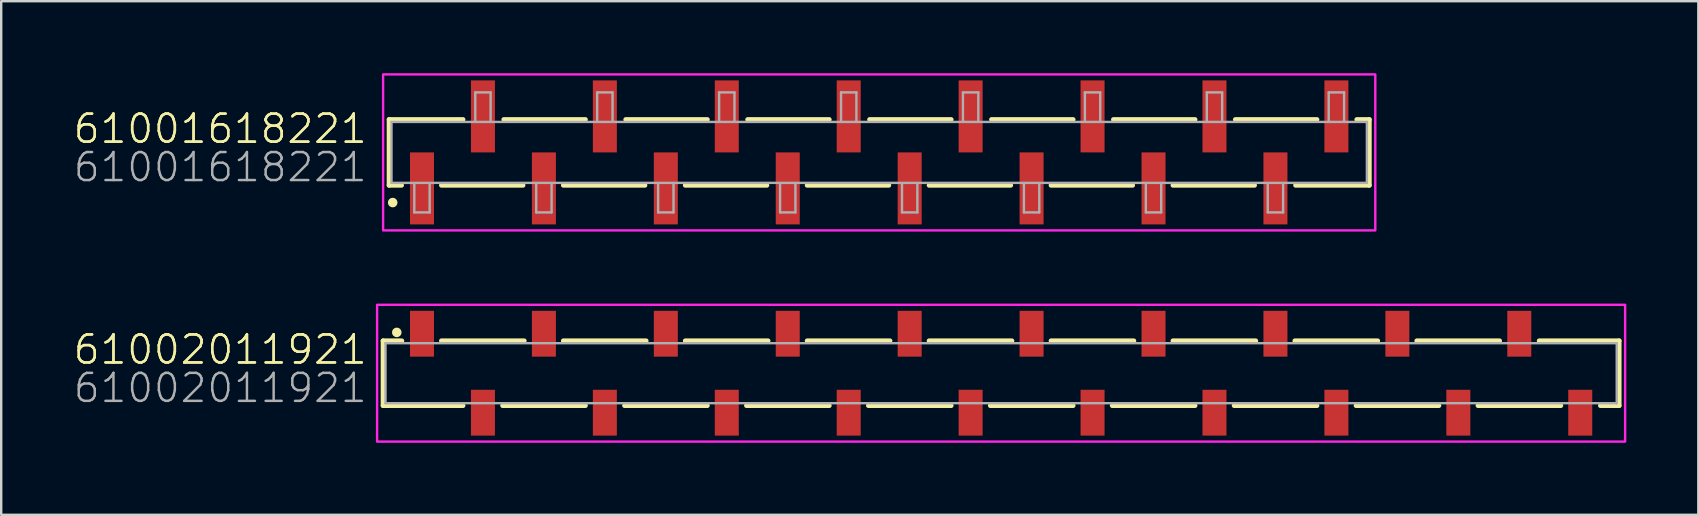
<source format=kicad_pcb>
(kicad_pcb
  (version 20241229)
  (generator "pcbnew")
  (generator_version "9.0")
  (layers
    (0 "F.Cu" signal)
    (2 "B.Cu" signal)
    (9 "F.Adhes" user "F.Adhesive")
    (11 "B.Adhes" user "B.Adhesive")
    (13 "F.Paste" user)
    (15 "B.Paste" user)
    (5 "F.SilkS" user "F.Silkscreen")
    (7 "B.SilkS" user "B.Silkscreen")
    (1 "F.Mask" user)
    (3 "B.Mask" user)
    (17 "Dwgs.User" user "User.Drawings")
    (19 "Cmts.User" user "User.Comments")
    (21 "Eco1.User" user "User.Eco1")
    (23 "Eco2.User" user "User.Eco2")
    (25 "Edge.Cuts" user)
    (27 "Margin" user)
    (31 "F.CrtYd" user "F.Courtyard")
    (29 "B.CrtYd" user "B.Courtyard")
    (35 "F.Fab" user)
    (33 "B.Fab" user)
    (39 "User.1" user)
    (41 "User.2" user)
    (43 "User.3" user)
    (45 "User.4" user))
  (footprint "61002011921"
    (layer "F.Cu")
    (at 38.662 12.5)
    (property "Reference" "61002011921" (at -26.35 -0.3 0) (unlocked yes) (layer "F.SilkS") (effects (font (size 1.168 1.168) (thickness 0.102)) (justify right bottom)))
    (property "Value" "61002011921" (at -26.35 1.3 0) (unlocked yes) (layer "F.Fab") (hide yes) (effects (font (size 1.168 1.168) (thickness 0.102)) (justify right bottom)))
    (fp_line (start -25.75 -1.35) (end -24.97 -1.35) (stroke (width 0.2) (type solid)) (layer "F.SilkS"))
    (fp_line (start -25.75 1.35) (end -25.75 -1.35) (stroke (width 0.2) (type solid)) (layer "F.SilkS"))
    (fp_line (start -23.32 -1.35) (end -19.87 -1.35) (stroke (width 0.2) (type solid)) (layer "F.SilkS"))
    (fp_line (start -22.42 1.35) (end -25.75 1.35) (stroke (width 0.2) (type solid)) (layer "F.SilkS"))
    (fp_line (start -18.24 -1.35) (end -14.79 -1.35) (stroke (width 0.2) (type solid)) (layer "F.SilkS"))
    (fp_line (start -17.32 1.35) (end -20.77 1.35) (stroke (width 0.2) (type solid)) (layer "F.SilkS"))
    (fp_line (start -13.16 -1.35) (end -9.71 -1.35) (stroke (width 0.2) (type solid)) (layer "F.SilkS"))
    (fp_line (start -12.24 1.35) (end -15.69 1.35) (stroke (width 0.2) (type solid)) (layer "F.SilkS"))
    (fp_line (start -8.08 -1.35) (end -4.63 -1.35) (stroke (width 0.2) (type solid)) (layer "F.SilkS"))
    (fp_line (start -7.16 1.35) (end -10.61 1.35) (stroke (width 0.2) (type solid)) (layer "F.SilkS"))
    (fp_line (start -3 -1.35) (end 0.45 -1.35) (stroke (width 0.2) (type solid)) (layer "F.SilkS"))
    (fp_line (start -2.08 1.35) (end -5.53 1.35) (stroke (width 0.2) (type solid)) (layer "F.SilkS"))
    (fp_line (start 2.08 -1.35) (end 5.53 -1.35) (stroke (width 0.2) (type solid)) (layer "F.SilkS"))
    (fp_line (start 3 1.35) (end -0.45 1.35) (stroke (width 0.2) (type solid)) (layer "F.SilkS"))
    (fp_line (start 7.16 -1.35) (end 10.61 -1.35) (stroke (width 0.2) (type solid)) (layer "F.SilkS"))
    (fp_line (start 8.08 1.35) (end 4.63 1.35) (stroke (width 0.2) (type solid)) (layer "F.SilkS"))
    (fp_line (start 12.24 -1.35) (end 15.69 -1.35) (stroke (width 0.2) (type solid)) (layer "F.SilkS"))
    (fp_line (start 13.16 1.35) (end 9.71 1.35) (stroke (width 0.2) (type solid)) (layer "F.SilkS"))
    (fp_line (start 17.32 -1.35) (end 20.77 -1.35) (stroke (width 0.2) (type solid)) (layer "F.SilkS"))
    (fp_line (start 18.24 1.35) (end 14.79 1.35) (stroke (width 0.2) (type solid)) (layer "F.SilkS"))
    (fp_line (start 23.32 1.35) (end 19.87 1.35) (stroke (width 0.2) (type solid)) (layer "F.SilkS"))
    (fp_line (start 24.97 1.35) (end 25.75 1.35) (stroke (width 0.2) (type solid)) (layer "F.SilkS"))
    (fp_line (start 25.75 -1.35) (end 22.42 -1.35) (stroke (width 0.2) (type solid)) (layer "F.SilkS"))
    (fp_line (start 25.75 1.35) (end 25.75 -1.35) (stroke (width 0.2) (type solid)) (layer "F.SilkS"))
    (fp_circle (center -25.18 -1.7) (end -25.08 -1.7) (stroke (width 0.2) (type solid)) (fill no) (layer "F.SilkS"))
    (fp_poly (pts (xy 26 2.85) (xy -26 2.85) (xy -26 -2.85) (xy 26 -2.85)) (stroke (width 0.1) (type default)) (fill no) (layer "F.CrtYd"))
    (fp_line (start -25.65 -1.25) (end 25.65 -1.25) (stroke (width 0.1) (type solid)) (layer "F.Fab"))
    (fp_line (start -25.65 1.25) (end -25.65 -1.25) (stroke (width 0.1) (type solid)) (layer "F.Fab"))
    (fp_line (start 25.65 1.25) (end -25.65 1.25) (stroke (width 0.1) (type solid)) (layer "F.Fab"))
    (fp_line (start 25.65 1.25) (end 25.65 -1.25) (stroke (width 0.1) (type solid)) (layer "F.Fab"))
    (fp_text user "${REFERENCE}" (at -26.35 -0.3 0) (unlocked yes) (layer "F.SilkS") (effects (font (size 1.168 1.168) (thickness 0.102)) (justify right bottom)))
    (fp_text user "${VALUE}" (at -26.35 1.3 0) (unlocked yes) (layer "F.Fab") (effects (font (size 1.168 1.168) (thickness 0.102)) (justify right bottom)))
    (pad "1" smd rect (at -24.13 -1.645 180) (size 1 1.91) (layers "F.Cu" "F.Mask" "F.Paste"))
    (pad "2" smd rect (at -21.59 1.645 180) (size 1 1.91) (layers "F.Cu" "F.Mask" "F.Paste"))
    (pad "3" smd rect (at -19.05 -1.645 180) (size 1 1.91) (layers "F.Cu" "F.Mask" "F.Paste"))
    (pad "4" smd rect (at -16.51 1.645 180) (size 1 1.91) (layers "F.Cu" "F.Mask" "F.Paste"))
    (pad "5" smd rect (at -13.97 -1.645 180) (size 1 1.91) (layers "F.Cu" "F.Mask" "F.Paste"))
    (pad "6" smd rect (at -11.43 1.645 180) (size 1 1.91) (layers "F.Cu" "F.Mask" "F.Paste"))
    (pad "7" smd rect (at -8.89 -1.645 180) (size 1 1.91) (layers "F.Cu" "F.Mask" "F.Paste"))
    (pad "8" smd rect (at -6.35 1.645 180) (size 1 1.91) (layers "F.Cu" "F.Mask" "F.Paste"))
    (pad "9" smd rect (at -3.81 -1.645 180) (size 1 1.91) (layers "F.Cu" "F.Mask" "F.Paste"))
    (pad "10" smd rect (at -1.27 1.645 180) (size 1 1.91) (layers "F.Cu" "F.Mask" "F.Paste"))
    (pad "11" smd rect (at 1.27 -1.645 180) (size 1 1.91) (layers "F.Cu" "F.Mask" "F.Paste"))
    (pad "12" smd rect (at 3.81 1.645 180) (size 1 1.91) (layers "F.Cu" "F.Mask" "F.Paste"))
    (pad "13" smd rect (at 6.35 -1.645 180) (size 1 1.91) (layers "F.Cu" "F.Mask" "F.Paste"))
    (pad "14" smd rect (at 8.89 1.645 180) (size 1 1.91) (layers "F.Cu" "F.Mask" "F.Paste"))
    (pad "15" smd rect (at 11.43 -1.645 180) (size 1 1.91) (layers "F.Cu" "F.Mask" "F.Paste"))
    (pad "16" smd rect (at 13.97 1.645 180) (size 1 1.91) (layers "F.Cu" "F.Mask" "F.Paste"))
    (pad "17" smd rect (at 16.51 -1.645 180) (size 1 1.91) (layers "F.Cu" "F.Mask" "F.Paste"))
    (pad "18" smd rect (at 19.05 1.645 180) (size 1 1.91) (layers "F.Cu" "F.Mask" "F.Paste"))
    (pad "19" smd rect (at 21.59 -1.645 180) (size 1 1.91) (layers "F.Cu" "F.Mask" "F.Paste"))
    (pad "20" smd rect (at 24.13 1.645 180) (size 1 1.91) (layers "F.Cu" "F.Mask" "F.Paste")))
  (footprint "61001618221"
    (layer "F.Cu")
    (at 33.582 3.3)
    (property "Reference" "61001618221" (at -21.27 -0.3 0) (unlocked yes) (layer "F.SilkS") (effects (font (size 1.168 1.168) (thickness 0.102)) (justify right bottom)))
    (property "Value" "61001618221" (at -21.27 1.3 0) (unlocked yes) (layer "F.Fab") (hide yes) (effects (font (size 1.168 1.168) (thickness 0.102)) (justify right bottom)))
    (fp_line (start -20.42 -1.37) (end -20.42 1.37) (stroke (width 0.2) (type solid)) (layer "F.SilkS"))
    (fp_line (start -20.42 1.37) (end -19.9 1.37) (stroke (width 0.2) (type solid)) (layer "F.SilkS"))
    (fp_line (start -18.24 1.37) (end -14.84 1.37) (stroke (width 0.2) (type solid)) (layer "F.SilkS"))
    (fp_line (start -17.34 -1.37) (end -20.42 -1.37) (stroke (width 0.2) (type solid)) (layer "F.SilkS"))
    (fp_line (start -15.64 -1.37) (end -12.24 -1.37) (stroke (width 0.2) (type solid)) (layer "F.SilkS"))
    (fp_line (start -13.16 1.37) (end -9.76 1.37) (stroke (width 0.2) (type solid)) (layer "F.SilkS"))
    (fp_line (start -10.56 -1.37) (end -7.16 -1.37) (stroke (width 0.2) (type solid)) (layer "F.SilkS"))
    (fp_line (start -8.08 1.37) (end -4.68 1.37) (stroke (width 0.2) (type solid)) (layer "F.SilkS"))
    (fp_line (start -5.48 -1.37) (end -2.08 -1.37) (stroke (width 0.2) (type solid)) (layer "F.SilkS"))
    (fp_line (start -3 1.37) (end 0.4 1.37) (stroke (width 0.2) (type solid)) (layer "F.SilkS"))
    (fp_line (start -0.4 -1.37) (end 3 -1.37) (stroke (width 0.2) (type solid)) (layer "F.SilkS"))
    (fp_line (start 2.08 1.37) (end 5.48 1.37) (stroke (width 0.2) (type solid)) (layer "F.SilkS"))
    (fp_line (start 4.68 -1.37) (end 8.08 -1.37) (stroke (width 0.2) (type solid)) (layer "F.SilkS"))
    (fp_line (start 7.16 1.37) (end 10.56 1.37) (stroke (width 0.2) (type solid)) (layer "F.SilkS"))
    (fp_line (start 9.76 -1.37) (end 13.16 -1.37) (stroke (width 0.2) (type solid)) (layer "F.SilkS"))
    (fp_line (start 12.24 1.37) (end 15.64 1.37) (stroke (width 0.2) (type solid)) (layer "F.SilkS"))
    (fp_line (start 14.84 -1.37) (end 18.24 -1.37) (stroke (width 0.2) (type solid)) (layer "F.SilkS"))
    (fp_line (start 17.35 1.37) (end 20.42 1.37) (stroke (width 0.2) (type solid)) (layer "F.SilkS"))
    (fp_line (start 20.42 -1.37) (end 19.9 -1.37) (stroke (width 0.2) (type solid)) (layer "F.SilkS"))
    (fp_line (start 20.42 1.37) (end 20.42 -1.37) (stroke (width 0.2) (type solid)) (layer "F.SilkS"))
    (fp_circle (center -20.27 2.09) (end -20.17 2.09) (stroke (width 0.2) (type solid)) (fill no) (layer "F.SilkS"))
    (fp_poly (pts (xy 20.67 3.25) (xy -20.67 3.25) (xy -20.67 -3.25) (xy 20.67 -3.25)) (stroke (width 0.1) (type default)) (fill no) (layer "F.CrtYd"))
    (fp_line (start -20.32 -1.27) (end -20.32 1.27) (stroke (width 0.1) (type solid)) (layer "F.Fab"))
    (fp_line (start -20.32 1.27) (end 20.32 1.27) (stroke (width 0.1) (type solid)) (layer "F.Fab"))
    (fp_line (start -19.37 2.5) (end -19.37 1.3) (stroke (width 0.1) (type solid)) (layer "F.Fab"))
    (fp_line (start -18.73 1.3) (end -18.73 2.5) (stroke (width 0.1) (type solid)) (layer "F.Fab"))
    (fp_line (start -18.73 2.5) (end -19.37 2.5) (stroke (width 0.1) (type solid)) (layer "F.Fab"))
    (fp_line (start -16.83 -2.5) (end -16.19 -2.5) (stroke (width 0.1) (type solid)) (layer "F.Fab"))
    (fp_line (start -16.83 -1.3) (end -16.83 -2.5) (stroke (width 0.1) (type solid)) (layer "F.Fab"))
    (fp_line (start -16.19 -2.5) (end -16.19 -1.3) (stroke (width 0.1) (type solid)) (layer "F.Fab"))
    (fp_line (start -14.29 2.5) (end -14.29 1.3) (stroke (width 0.1) (type solid)) (layer "F.Fab"))
    (fp_line (start -13.65 1.3) (end -13.65 2.5) (stroke (width 0.1) (type solid)) (layer "F.Fab"))
    (fp_line (start -13.65 2.5) (end -14.29 2.5) (stroke (width 0.1) (type solid)) (layer "F.Fab"))
    (fp_line (start -11.75 -2.5) (end -11.11 -2.5) (stroke (width 0.1) (type solid)) (layer "F.Fab"))
    (fp_line (start -11.75 -1.3) (end -11.75 -2.5) (stroke (width 0.1) (type solid)) (layer "F.Fab"))
    (fp_line (start -11.11 -2.5) (end -11.11 -1.3) (stroke (width 0.1) (type solid)) (layer "F.Fab"))
    (fp_line (start -9.21 2.5) (end -9.21 1.3) (stroke (width 0.1) (type solid)) (layer "F.Fab"))
    (fp_line (start -8.57 1.3) (end -8.57 2.5) (stroke (width 0.1) (type solid)) (layer "F.Fab"))
    (fp_line (start -8.57 2.5) (end -9.21 2.5) (stroke (width 0.1) (type solid)) (layer "F.Fab"))
    (fp_line (start -6.67 -2.5) (end -6.03 -2.5) (stroke (width 0.1) (type solid)) (layer "F.Fab"))
    (fp_line (start -6.67 -1.3) (end -6.67 -2.5) (stroke (width 0.1) (type solid)) (layer "F.Fab"))
    (fp_line (start -6.03 -2.5) (end -6.03 -1.3) (stroke (width 0.1) (type solid)) (layer "F.Fab"))
    (fp_line (start -4.13 2.5) (end -4.13 1.3) (stroke (width 0.1) (type solid)) (layer "F.Fab"))
    (fp_line (start -3.49 1.3) (end -3.49 2.5) (stroke (width 0.1) (type solid)) (layer "F.Fab"))
    (fp_line (start -3.49 2.5) (end -4.13 2.5) (stroke (width 0.1) (type solid)) (layer "F.Fab"))
    (fp_line (start -1.59 -2.5) (end -0.95 -2.5) (stroke (width 0.1) (type solid)) (layer "F.Fab"))
    (fp_line (start -1.59 -1.3) (end -1.59 -2.5) (stroke (width 0.1) (type solid)) (layer "F.Fab"))
    (fp_line (start -0.95 -2.5) (end -0.95 -1.3) (stroke (width 0.1) (type solid)) (layer "F.Fab"))
    (fp_line (start 0.95 2.5) (end 0.95 1.3) (stroke (width 0.1) (type solid)) (layer "F.Fab"))
    (fp_line (start 1.59 1.3) (end 1.59 2.5) (stroke (width 0.1) (type solid)) (layer "F.Fab"))
    (fp_line (start 1.59 2.5) (end 0.95 2.5) (stroke (width 0.1) (type solid)) (layer "F.Fab"))
    (fp_line (start 3.49 -2.5) (end 4.13 -2.5) (stroke (width 0.1) (type solid)) (layer "F.Fab"))
    (fp_line (start 3.49 -1.3) (end 3.49 -2.5) (stroke (width 0.1) (type solid)) (layer "F.Fab"))
    (fp_line (start 4.13 -2.5) (end 4.13 -1.3) (stroke (width 0.1) (type solid)) (layer "F.Fab"))
    (fp_line (start 6.03 2.5) (end 6.03 1.3) (stroke (width 0.1) (type solid)) (layer "F.Fab"))
    (fp_line (start 6.67 1.3) (end 6.67 2.5) (stroke (width 0.1) (type solid)) (layer "F.Fab"))
    (fp_line (start 6.67 2.5) (end 6.03 2.5) (stroke (width 0.1) (type solid)) (layer "F.Fab"))
    (fp_line (start 8.57 -2.5) (end 9.21 -2.5) (stroke (width 0.1) (type solid)) (layer "F.Fab"))
    (fp_line (start 8.57 -1.3) (end 8.57 -2.5) (stroke (width 0.1) (type solid)) (layer "F.Fab"))
    (fp_line (start 9.21 -2.5) (end 9.21 -1.3) (stroke (width 0.1) (type solid)) (layer "F.Fab"))
    (fp_line (start 11.11 2.5) (end 11.11 1.3) (stroke (width 0.1) (type solid)) (layer "F.Fab"))
    (fp_line (start 11.75 1.3) (end 11.75 2.5) (stroke (width 0.1) (type solid)) (layer "F.Fab"))
    (fp_line (start 11.75 2.5) (end 11.11 2.5) (stroke (width 0.1) (type solid)) (layer "F.Fab"))
    (fp_line (start 13.65 -2.5) (end 14.29 -2.5) (stroke (width 0.1) (type solid)) (layer "F.Fab"))
    (fp_line (start 13.65 -1.3) (end 13.65 -2.5) (stroke (width 0.1) (type solid)) (layer "F.Fab"))
    (fp_line (start 14.29 -2.5) (end 14.29 -1.3) (stroke (width 0.1) (type solid)) (layer "F.Fab"))
    (fp_line (start 16.19 2.5) (end 16.19 1.3) (stroke (width 0.1) (type solid)) (layer "F.Fab"))
    (fp_line (start 16.83 1.3) (end 16.83 2.5) (stroke (width 0.1) (type solid)) (layer "F.Fab"))
    (fp_line (start 16.83 2.5) (end 16.19 2.5) (stroke (width 0.1) (type solid)) (layer "F.Fab"))
    (fp_line (start 18.73 -2.5) (end 19.37 -2.5) (stroke (width 0.1) (type solid)) (layer "F.Fab"))
    (fp_line (start 18.73 -1.3) (end 18.73 -2.5) (stroke (width 0.1) (type solid)) (layer "F.Fab"))
    (fp_line (start 19.37 -2.5) (end 19.37 -1.3) (stroke (width 0.1) (type solid)) (layer "F.Fab"))
    (fp_line (start 20.32 -1.27) (end -20.32 -1.27) (stroke (width 0.1) (type solid)) (layer "F.Fab"))
    (fp_line (start 20.32 1.27) (end 20.32 -1.27) (stroke (width 0.1) (type solid)) (layer "F.Fab"))
    (fp_text user "${REFERENCE}" (at -21.27 -0.3 0) (unlocked yes) (layer "F.SilkS") (effects (font (size 1.168 1.168) (thickness 0.102)) (justify right bottom)))
    (fp_text user "${VALUE}" (at -21.27 1.3 0) (unlocked yes) (layer "F.Fab") (effects (font (size 1.168 1.168) (thickness 0.102)) (justify right bottom)))
    (pad "1" smd rect (at -19.05 1.5) (size 1 3) (layers "F.Cu" "F.Mask" "F.Paste"))
    (pad "2" smd rect (at -16.51 -1.5) (size 1 3) (layers "F.Cu" "F.Mask" "F.Paste"))
    (pad "3" smd rect (at -13.97 1.5) (size 1 3) (layers "F.Cu" "F.Mask" "F.Paste"))
    (pad "4" smd rect (at -11.43 -1.5) (size 1 3) (layers "F.Cu" "F.Mask" "F.Paste"))
    (pad "5" smd rect (at -8.89 1.5) (size 1 3) (layers "F.Cu" "F.Mask" "F.Paste"))
    (pad "6" smd rect (at -6.35 -1.5) (size 1 3) (layers "F.Cu" "F.Mask" "F.Paste"))
    (pad "7" smd rect (at -3.81 1.5) (size 1 3) (layers "F.Cu" "F.Mask" "F.Paste"))
    (pad "8" smd rect (at -1.27 -1.5) (size 1 3) (layers "F.Cu" "F.Mask" "F.Paste"))
    (pad "9" smd rect (at 1.27 1.5) (size 1 3) (layers "F.Cu" "F.Mask" "F.Paste"))
    (pad "10" smd rect (at 3.81 -1.5) (size 1 3) (layers "F.Cu" "F.Mask" "F.Paste"))
    (pad "11" smd rect (at 6.35 1.5) (size 1 3) (layers "F.Cu" "F.Mask" "F.Paste"))
    (pad "12" smd rect (at 8.89 -1.5) (size 1 3) (layers "F.Cu" "F.Mask" "F.Paste"))
    (pad "13" smd rect (at 11.43 1.5) (size 1 3) (layers "F.Cu" "F.Mask" "F.Paste"))
    (pad "14" smd rect (at 13.97 -1.5) (size 1 3) (layers "F.Cu" "F.Mask" "F.Paste"))
    (pad "15" smd rect (at 16.51 1.5) (size 1 3) (layers "F.Cu" "F.Mask" "F.Paste"))
    (pad "16" smd rect (at 19.05 -1.5) (size 1 3) (layers "F.Cu" "F.Mask" "F.Paste")))
  (gr_rect
    (start -3 -3)
    (end 67.712 18.4)
    (stroke (width 0.1) (type default))
    (fill no)
    (layer "Edge.Cuts")))
</source>
